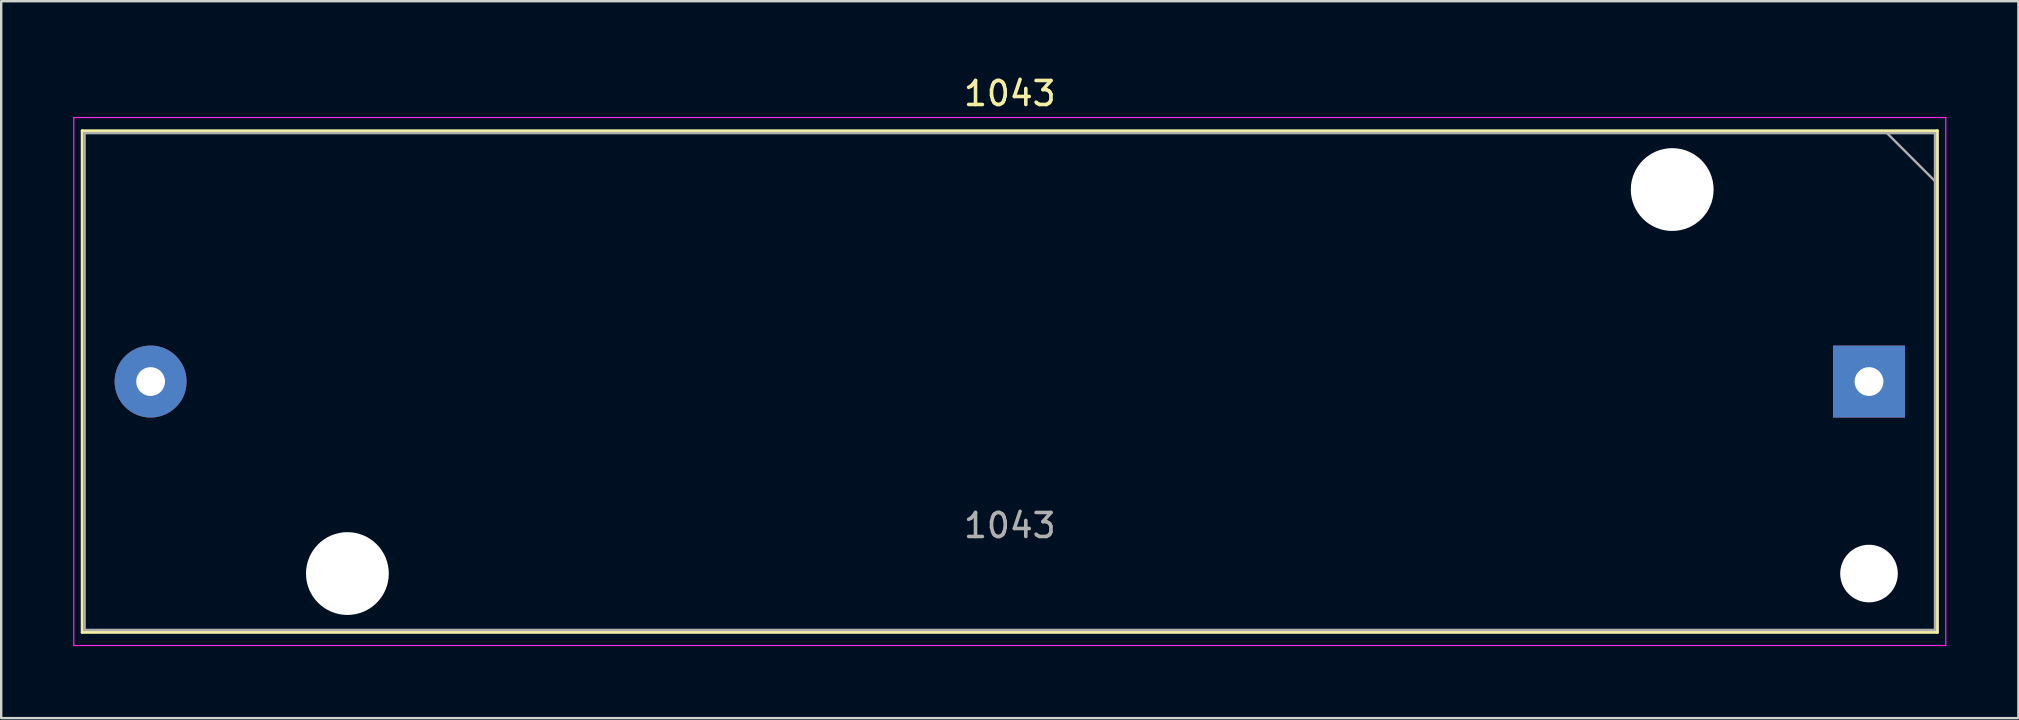
<source format=kicad_pcb>
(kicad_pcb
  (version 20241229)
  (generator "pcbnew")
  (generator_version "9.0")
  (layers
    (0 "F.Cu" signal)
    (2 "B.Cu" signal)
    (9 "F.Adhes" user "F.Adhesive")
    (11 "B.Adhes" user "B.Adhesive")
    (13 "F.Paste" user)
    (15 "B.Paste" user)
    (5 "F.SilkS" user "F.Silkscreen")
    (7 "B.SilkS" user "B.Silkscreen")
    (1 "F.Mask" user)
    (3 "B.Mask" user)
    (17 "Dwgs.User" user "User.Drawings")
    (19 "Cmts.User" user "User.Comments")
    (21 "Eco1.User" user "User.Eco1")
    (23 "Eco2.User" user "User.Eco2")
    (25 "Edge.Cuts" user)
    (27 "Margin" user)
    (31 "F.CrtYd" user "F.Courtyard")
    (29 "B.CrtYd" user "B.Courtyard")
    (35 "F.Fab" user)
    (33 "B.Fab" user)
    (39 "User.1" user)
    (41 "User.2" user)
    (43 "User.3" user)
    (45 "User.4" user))
  (footprint "1043"
    (layer "F.Cu")
    (at 39.025 12.848)
    (property "Reference" "1043" (at 0 -12 0) (layer "F.SilkS") (effects (font (size 1 1) (thickness 0.15))))
    (attr through_hole)
    (fp_line (start -38.65 -10.45) (end -38.65 10.45) (stroke (width 0.12) (type solid)) (layer "F.SilkS"))
    (fp_line (start 38.65 -10.45) (end -38.65 -10.45) (stroke (width 0.12) (type solid)) (layer "F.SilkS"))
    (fp_line (start 38.65 10.45) (end -38.65 10.45) (stroke (width 0.12) (type solid)) (layer "F.SilkS"))
    (fp_line (start 38.65 10.45) (end 38.65 -10.45) (stroke (width 0.12) (type solid)) (layer "F.SilkS"))
    (fp_line (start -39 -11) (end -39 11) (stroke (width 0.05) (type solid)) (layer "F.CrtYd"))
    (fp_line (start -39 11) (end 39 11) (stroke (width 0.05) (type solid)) (layer "F.CrtYd"))
    (fp_line (start 39 -11) (end -39 -11) (stroke (width 0.05) (type solid)) (layer "F.CrtYd"))
    (fp_line (start 39 11) (end 39 -11) (stroke (width 0.05) (type solid)) (layer "F.CrtYd"))
    (fp_line (start -38.55 -10.35) (end -38.55 10.35) (stroke (width 0.1) (type solid)) (layer "F.Fab"))
    (fp_line (start -38.55 -10.35) (end 38.55 -10.35) (stroke (width 0.1) (type solid)) (layer "F.Fab"))
    (fp_line (start -38.55 10.35) (end 38.55 10.35) (stroke (width 0.1) (type solid)) (layer "F.Fab"))
    (fp_line (start 36.55 -10.35) (end 38.55 -8.35) (stroke (width 0.1) (type solid)) (layer "F.Fab"))
    (fp_line (start 38.55 10.35) (end 38.55 -10.35) (stroke (width 0.1) (type solid)) (layer "F.Fab"))
    (fp_text user "${REFERENCE}" (at 0 6 0) (layer "F.Fab") (effects (font (size 1 1) (thickness 0.15))))
    (pad "" np_thru_hole oval (at -27.6 8) (size 3.45 3.45) (drill 3.45) (layers "*.Cu" "*.Mask"))
    (pad "" np_thru_hole oval (at 27.6 -8) (size 3.45 3.45) (drill 3.45) (layers "*.Cu" "*.Mask"))
    (pad "" np_thru_hole oval (at 35.8 8) (size 2.4 2.4) (drill 2.4) (layers "*.Cu" "*.Mask"))
    (pad "1" thru_hole rect (at 35.8 0) (size 3 3) (drill 1.2) (layers "*.Cu" "*.Mask"))
    (pad "2" thru_hole oval (at -35.8 0) (size 3 3) (drill 1.2) (layers "*.Cu" "*.Mask")))
  (gr_rect
    (start -3 -3)
    (end 81.05 26.873)
    (stroke (width 0.1) (type default))
    (fill no)
    (layer "Edge.Cuts")))
</source>
